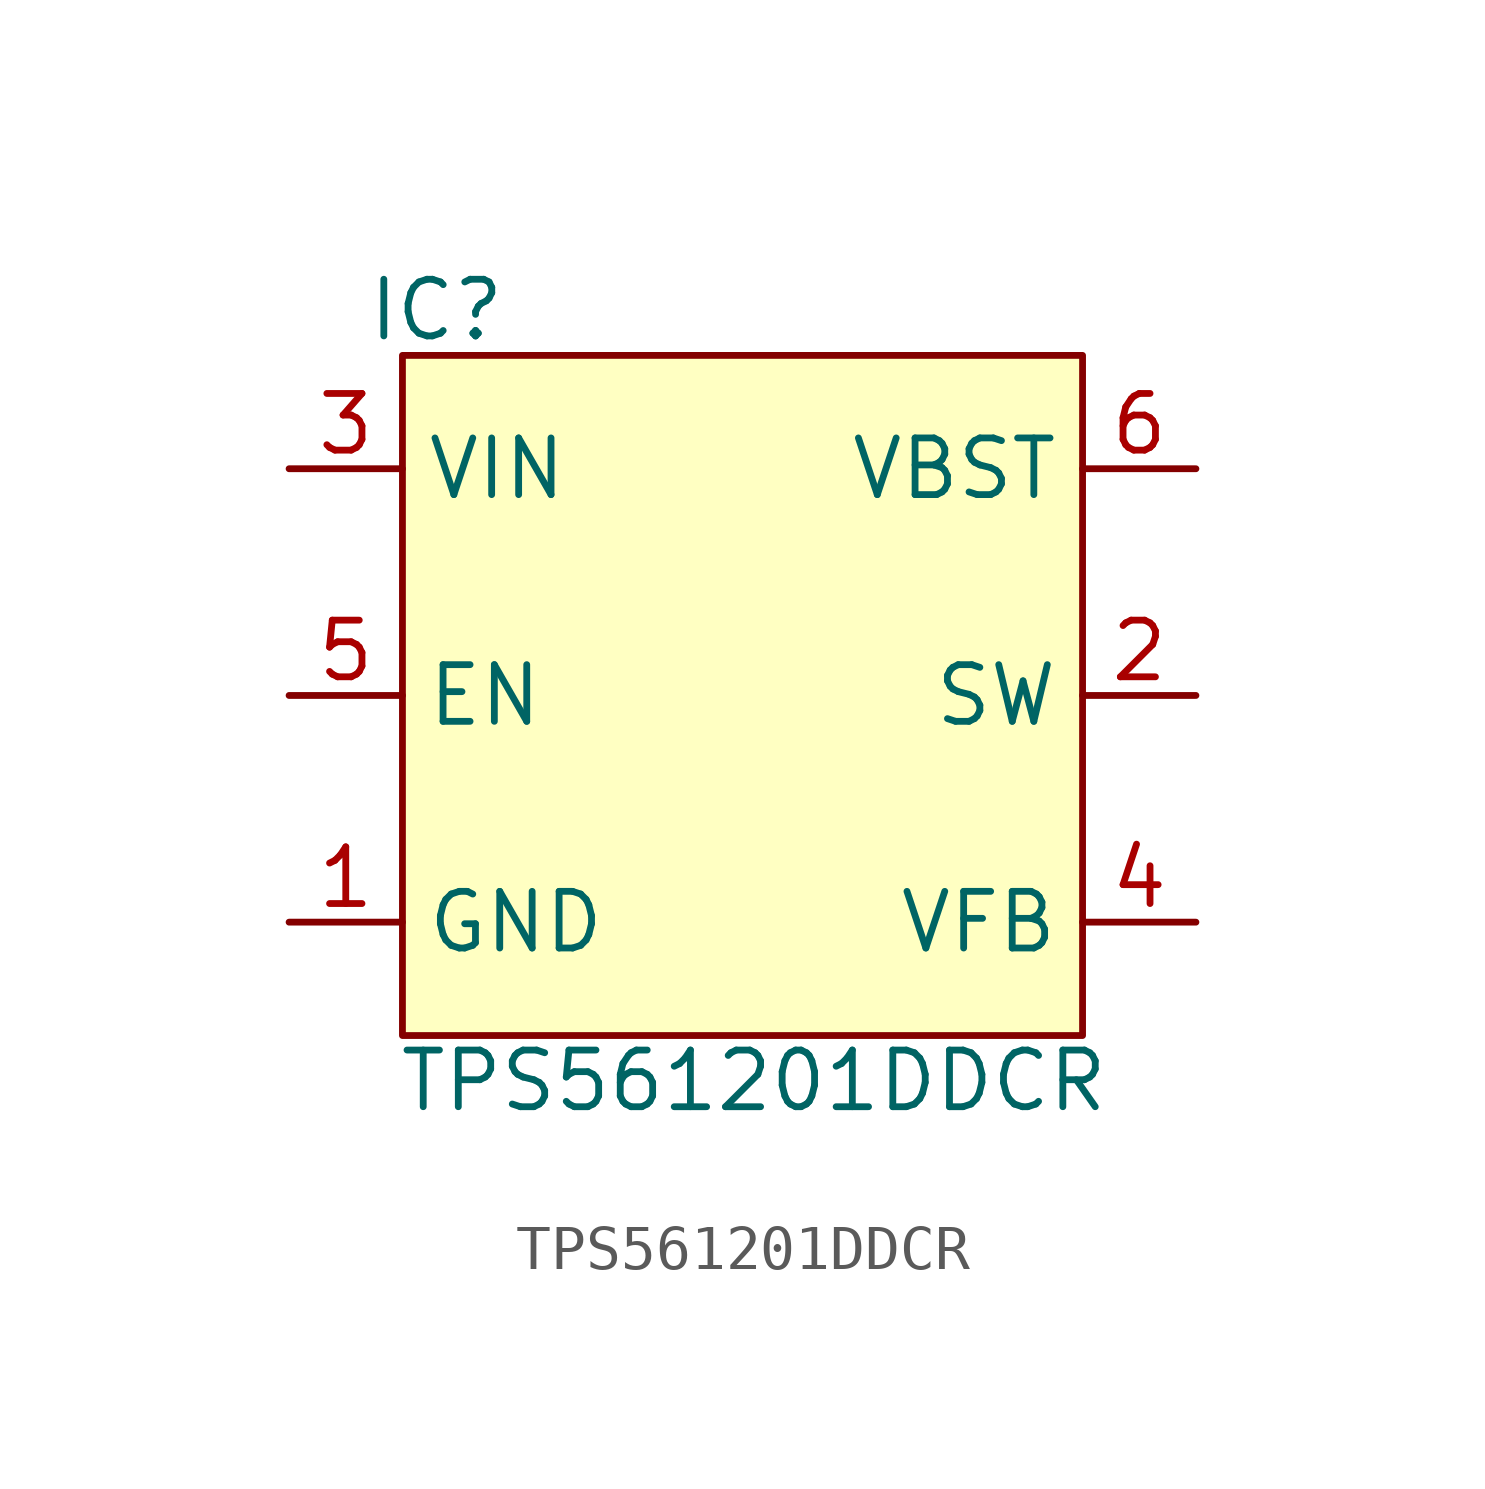
<source format=kicad_sym>
(kicad_symbol_lib
  (version 20241209)
  (generator "kicad_symbol_editor")
  (generator_version "9.0")
  (symbol "TPS561201DDCR"
    (property "Reference" "IC"
      (at 0.762 16.256 0)
      (effects (font (size 1.27 1.27))))
    (property "Value" "TPS561201DDCR"
      (at 7.874 -1.016 0)
      (effects (font (size 1.27 1.27))))
    (symbol "TPS561201DDCR_1_1"
      (rectangle (start 0 15.24) (end 15.24 0) (stroke (width 0) (type solid)) (fill (type background)))
      (pin power_in line (at -2.54 12.7 0) (length 2.54) (name "VIN" (effects (font (size 1.27 1.27)))) (number "3" (effects (font (size 1.27 1.27)))))
      (pin passive line (at -2.54 7.62 0) (length 2.54) (name "EN" (effects (font (size 1.27 1.27)))) (number "5" (effects (font (size 1.27 1.27)))))
      (pin passive line (at -2.54 2.54 0) (length 2.54) (name "GND" (effects (font (size 1.27 1.27)))) (number "1" (effects (font (size 1.27 1.27)))))
      (pin passive line (at 17.78 12.7 180) (length 2.54) (name "VBST" (effects (font (size 1.27 1.27)))) (number "6" (effects (font (size 1.27 1.27)))))
      (pin power_out line (at 17.78 7.62 180) (length 2.54) (name "SW" (effects (font (size 1.27 1.27)))) (number "2" (effects (font (size 1.27 1.27)))))
      (pin passive line (at 17.78 2.54 180) (length 2.54) (name "VFB" (effects (font (size 1.27 1.27)))) (number "4" (effects (font (size 1.27 1.27))))))))
</source>
